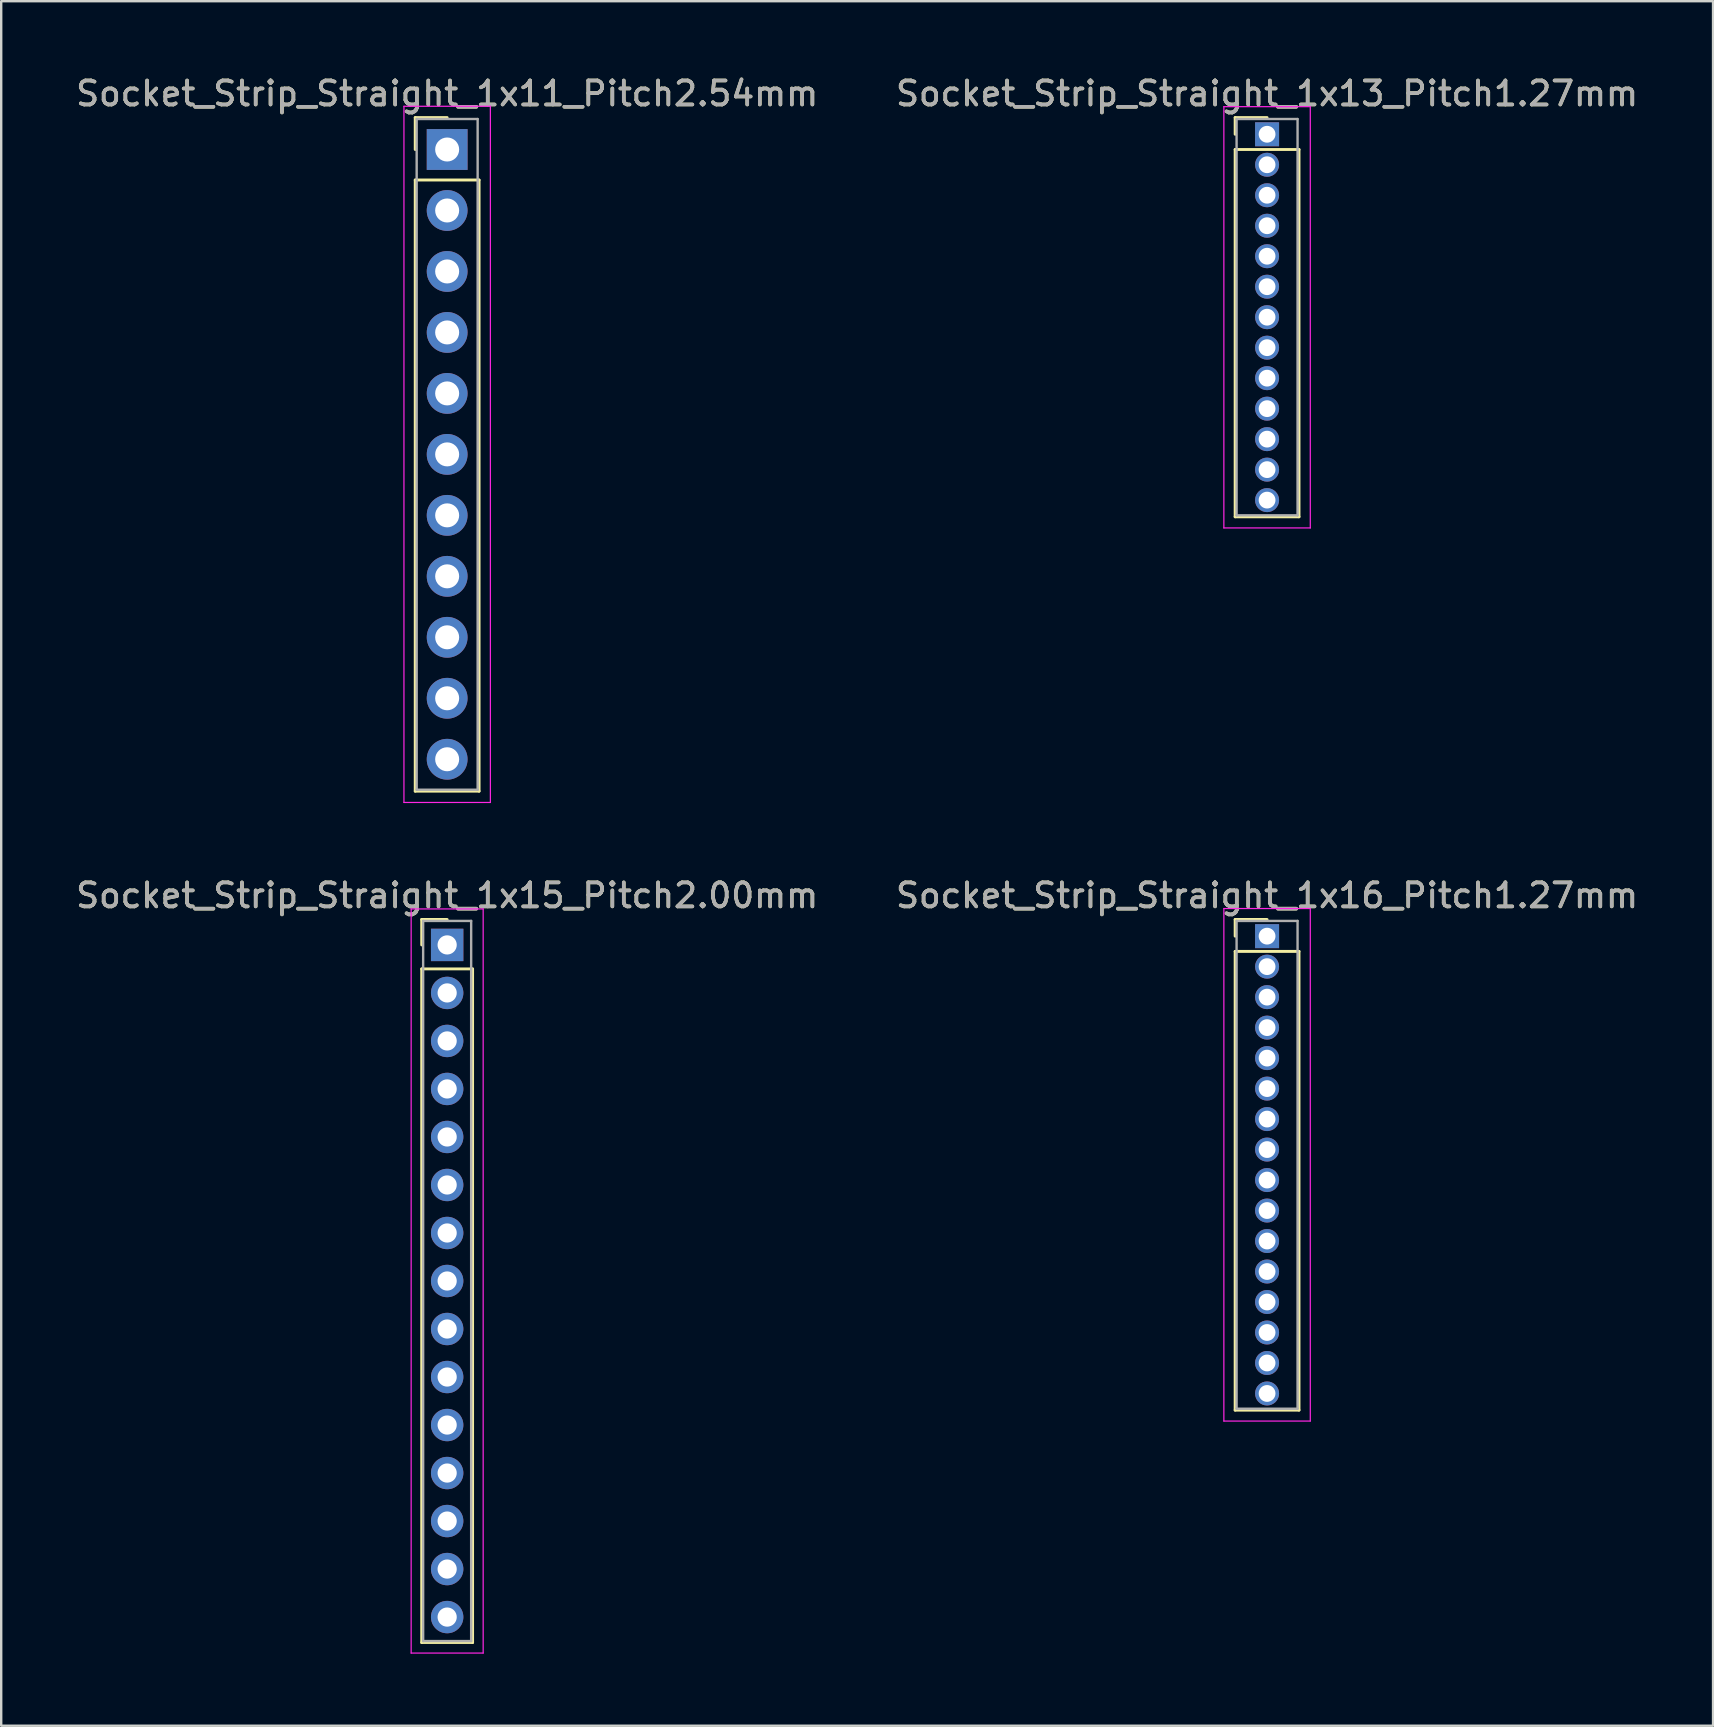
<source format=kicad_pcb>
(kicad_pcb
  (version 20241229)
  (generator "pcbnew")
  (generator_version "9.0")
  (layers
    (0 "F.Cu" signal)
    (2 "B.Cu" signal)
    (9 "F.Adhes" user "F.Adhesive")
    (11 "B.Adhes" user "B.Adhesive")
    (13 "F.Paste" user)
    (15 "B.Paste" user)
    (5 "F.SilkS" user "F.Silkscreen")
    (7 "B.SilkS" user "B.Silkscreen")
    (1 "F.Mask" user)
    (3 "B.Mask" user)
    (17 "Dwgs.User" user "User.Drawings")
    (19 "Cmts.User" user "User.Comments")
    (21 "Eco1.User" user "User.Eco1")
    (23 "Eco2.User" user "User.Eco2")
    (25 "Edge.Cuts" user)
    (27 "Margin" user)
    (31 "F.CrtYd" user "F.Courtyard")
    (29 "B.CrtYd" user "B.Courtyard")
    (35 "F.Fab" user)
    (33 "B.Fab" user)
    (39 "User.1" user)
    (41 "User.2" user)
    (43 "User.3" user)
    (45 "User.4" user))
  (footprint "Socket_Strip_Straight_1x15_Pitch2.00mm"
    (layer "F.Cu")
    (at 15.577 36.312)
    (property "Reference" "Socket_Strip_Straight_1x15_Pitch2.00mm" (at 0 -2.06 0) (layer "F.SilkS") (effects (font (size 1 1) (thickness 0.15))))
    (attr through_hole)
    (fp_line (start -1.06 -1.06) (end 0 -1.06) (stroke (width 0.12) (type solid)) (layer "F.SilkS"))
    (fp_line (start -1.06 0) (end -1.06 -1.06) (stroke (width 0.12) (type solid)) (layer "F.SilkS"))
    (fp_line (start -1.06 1) (end -1.06 29.06) (stroke (width 0.12) (type solid)) (layer "F.SilkS"))
    (fp_line (start -1.06 29.06) (end 1.06 29.06) (stroke (width 0.12) (type solid)) (layer "F.SilkS"))
    (fp_line (start 1.06 1) (end -1.06 1) (stroke (width 0.12) (type solid)) (layer "F.SilkS"))
    (fp_line (start 1.06 29.06) (end 1.06 1) (stroke (width 0.12) (type solid)) (layer "F.SilkS"))
    (fp_line (start -1.5 -1.5) (end -1.5 29.5) (stroke (width 0.05) (type solid)) (layer "F.CrtYd"))
    (fp_line (start -1.5 29.5) (end 1.5 29.5) (stroke (width 0.05) (type solid)) (layer "F.CrtYd"))
    (fp_line (start 1.5 -1.5) (end -1.5 -1.5) (stroke (width 0.05) (type solid)) (layer "F.CrtYd"))
    (fp_line (start 1.5 29.5) (end 1.5 -1.5) (stroke (width 0.05) (type solid)) (layer "F.CrtYd"))
    (fp_line (start -1 -1) (end -1 29) (stroke (width 0.1) (type solid)) (layer "F.Fab"))
    (fp_line (start -1 29) (end 1 29) (stroke (width 0.1) (type solid)) (layer "F.Fab"))
    (fp_line (start 1 -1) (end -1 -1) (stroke (width 0.1) (type solid)) (layer "F.Fab"))
    (fp_line (start 1 29) (end 1 -1) (stroke (width 0.1) (type solid)) (layer "F.Fab"))
    (fp_text user "${REFERENCE}" (at 0 -2.06 0) (layer "F.Fab") (effects (font (size 1 1) (thickness 0.15))))
    (pad "1" thru_hole rect (at 0 0) (size 1.35 1.35) (drill 0.8) (layers "*.Cu" "*.Mask"))
    (pad "2" thru_hole oval (at 0 2) (size 1.35 1.35) (drill 0.8) (layers "*.Cu" "*.Mask"))
    (pad "3" thru_hole oval (at 0 4) (size 1.35 1.35) (drill 0.8) (layers "*.Cu" "*.Mask"))
    (pad "4" thru_hole oval (at 0 6) (size 1.35 1.35) (drill 0.8) (layers "*.Cu" "*.Mask"))
    (pad "5" thru_hole oval (at 0 8) (size 1.35 1.35) (drill 0.8) (layers "*.Cu" "*.Mask"))
    (pad "6" thru_hole oval (at 0 10) (size 1.35 1.35) (drill 0.8) (layers "*.Cu" "*.Mask"))
    (pad "7" thru_hole oval (at 0 12) (size 1.35 1.35) (drill 0.8) (layers "*.Cu" "*.Mask"))
    (pad "8" thru_hole oval (at 0 14) (size 1.35 1.35) (drill 0.8) (layers "*.Cu" "*.Mask"))
    (pad "9" thru_hole oval (at 0 16) (size 1.35 1.35) (drill 0.8) (layers "*.Cu" "*.Mask"))
    (pad "10" thru_hole oval (at 0 18) (size 1.35 1.35) (drill 0.8) (layers "*.Cu" "*.Mask"))
    (pad "11" thru_hole oval (at 0 20) (size 1.35 1.35) (drill 0.8) (layers "*.Cu" "*.Mask"))
    (pad "12" thru_hole oval (at 0 22) (size 1.35 1.35) (drill 0.8) (layers "*.Cu" "*.Mask"))
    (pad "13" thru_hole oval (at 0 24) (size 1.35 1.35) (drill 0.8) (layers "*.Cu" "*.Mask"))
    (pad "14" thru_hole oval (at 0 26) (size 1.35 1.35) (drill 0.8) (layers "*.Cu" "*.Mask"))
    (pad "15" thru_hole oval (at 0 28) (size 1.35 1.35) (drill 0.8) (layers "*.Cu" "*.Mask")))
  (footprint "Socket_Strip_Straight_1x13_Pitch1.27mm"
    (layer "F.Cu")
    (at 49.732 2.543)
    (property "Reference" "Socket_Strip_Straight_1x13_Pitch1.27mm" (at 0 -1.695 0) (layer "F.SilkS") (effects (font (size 1 1) (thickness 0.15))))
    (attr through_hole)
    (fp_line (start -1.33 -0.695) (end 0 -0.695) (stroke (width 0.12) (type solid)) (layer "F.SilkS"))
    (fp_line (start -1.33 0) (end -1.33 -0.695) (stroke (width 0.12) (type solid)) (layer "F.SilkS"))
    (fp_line (start -1.33 0.635) (end -1.33 15.935) (stroke (width 0.12) (type solid)) (layer "F.SilkS"))
    (fp_line (start -1.33 15.935) (end 1.33 15.935) (stroke (width 0.12) (type solid)) (layer "F.SilkS"))
    (fp_line (start 1.33 0.635) (end -1.33 0.635) (stroke (width 0.12) (type solid)) (layer "F.SilkS"))
    (fp_line (start 1.33 15.935) (end 1.33 0.635) (stroke (width 0.12) (type solid)) (layer "F.SilkS"))
    (fp_line (start -1.8 -1.15) (end -1.8 16.4) (stroke (width 0.05) (type solid)) (layer "F.CrtYd"))
    (fp_line (start -1.8 16.4) (end 1.8 16.4) (stroke (width 0.05) (type solid)) (layer "F.CrtYd"))
    (fp_line (start 1.8 -1.15) (end -1.8 -1.15) (stroke (width 0.05) (type solid)) (layer "F.CrtYd"))
    (fp_line (start 1.8 16.4) (end 1.8 -1.15) (stroke (width 0.05) (type solid)) (layer "F.CrtYd"))
    (fp_line (start -1.27 -0.635) (end -1.27 15.875) (stroke (width 0.1) (type solid)) (layer "F.Fab"))
    (fp_line (start -1.27 15.875) (end 1.27 15.875) (stroke (width 0.1) (type solid)) (layer "F.Fab"))
    (fp_line (start 1.27 -0.635) (end -1.27 -0.635) (stroke (width 0.1) (type solid)) (layer "F.Fab"))
    (fp_line (start 1.27 15.875) (end 1.27 -0.635) (stroke (width 0.1) (type solid)) (layer "F.Fab"))
    (fp_text user "${REFERENCE}" (at 0 -1.695 0) (layer "F.Fab") (effects (font (size 1 1) (thickness 0.15))))
    (pad "1" thru_hole rect (at 0 0) (size 1 1) (drill 0.7) (layers "*.Cu" "*.Mask"))
    (pad "2" thru_hole oval (at 0 1.27) (size 1 1) (drill 0.7) (layers "*.Cu" "*.Mask"))
    (pad "3" thru_hole oval (at 0 2.54) (size 1 1) (drill 0.7) (layers "*.Cu" "*.Mask"))
    (pad "4" thru_hole oval (at 0 3.81) (size 1 1) (drill 0.7) (layers "*.Cu" "*.Mask"))
    (pad "5" thru_hole oval (at 0 5.08) (size 1 1) (drill 0.7) (layers "*.Cu" "*.Mask"))
    (pad "6" thru_hole oval (at 0 6.35) (size 1 1) (drill 0.7) (layers "*.Cu" "*.Mask"))
    (pad "7" thru_hole oval (at 0 7.62) (size 1 1) (drill 0.7) (layers "*.Cu" "*.Mask"))
    (pad "8" thru_hole oval (at 0 8.89) (size 1 1) (drill 0.7) (layers "*.Cu" "*.Mask"))
    (pad "9" thru_hole oval (at 0 10.16) (size 1 1) (drill 0.7) (layers "*.Cu" "*.Mask"))
    (pad "10" thru_hole oval (at 0 11.43) (size 1 1) (drill 0.7) (layers "*.Cu" "*.Mask"))
    (pad "11" thru_hole oval (at 0 12.7) (size 1 1) (drill 0.7) (layers "*.Cu" "*.Mask"))
    (pad "12" thru_hole oval (at 0 13.97) (size 1 1) (drill 0.7) (layers "*.Cu" "*.Mask"))
    (pad "13" thru_hole oval (at 0 15.24) (size 1 1) (drill 0.7) (layers "*.Cu" "*.Mask")))
  (footprint "Socket_Strip_Straight_1x11_Pitch2.54mm"
    (layer "F.Cu")
    (at 15.577 3.178)
    (property "Reference" "Socket_Strip_Straight_1x11_Pitch2.54mm" (at 0 -2.33 0) (layer "F.SilkS") (effects (font (size 1 1) (thickness 0.15))))
    (attr through_hole)
    (fp_line (start -1.33 -1.33) (end 0 -1.33) (stroke (width 0.12) (type solid)) (layer "F.SilkS"))
    (fp_line (start -1.33 0) (end -1.33 -1.33) (stroke (width 0.12) (type solid)) (layer "F.SilkS"))
    (fp_line (start -1.33 1.27) (end -1.33 26.73) (stroke (width 0.12) (type solid)) (layer "F.SilkS"))
    (fp_line (start -1.33 26.73) (end 1.33 26.73) (stroke (width 0.12) (type solid)) (layer "F.SilkS"))
    (fp_line (start 1.33 1.27) (end -1.33 1.27) (stroke (width 0.12) (type solid)) (layer "F.SilkS"))
    (fp_line (start 1.33 26.73) (end 1.33 1.27) (stroke (width 0.12) (type solid)) (layer "F.SilkS"))
    (fp_line (start -1.8 -1.8) (end -1.8 27.2) (stroke (width 0.05) (type solid)) (layer "F.CrtYd"))
    (fp_line (start -1.8 27.2) (end 1.8 27.2) (stroke (width 0.05) (type solid)) (layer "F.CrtYd"))
    (fp_line (start 1.8 -1.8) (end -1.8 -1.8) (stroke (width 0.05) (type solid)) (layer "F.CrtYd"))
    (fp_line (start 1.8 27.2) (end 1.8 -1.8) (stroke (width 0.05) (type solid)) (layer "F.CrtYd"))
    (fp_line (start -1.27 -1.27) (end -1.27 26.67) (stroke (width 0.1) (type solid)) (layer "F.Fab"))
    (fp_line (start -1.27 26.67) (end 1.27 26.67) (stroke (width 0.1) (type solid)) (layer "F.Fab"))
    (fp_line (start 1.27 -1.27) (end -1.27 -1.27) (stroke (width 0.1) (type solid)) (layer "F.Fab"))
    (fp_line (start 1.27 26.67) (end 1.27 -1.27) (stroke (width 0.1) (type solid)) (layer "F.Fab"))
    (fp_text user "${REFERENCE}" (at 0 -2.33 0) (layer "F.Fab") (effects (font (size 1 1) (thickness 0.15))))
    (pad "1" thru_hole rect (at 0 0) (size 1.7 1.7) (drill 1) (layers "*.Cu" "*.Mask"))
    (pad "2" thru_hole oval (at 0 2.54) (size 1.7 1.7) (drill 1) (layers "*.Cu" "*.Mask"))
    (pad "3" thru_hole oval (at 0 5.08) (size 1.7 1.7) (drill 1) (layers "*.Cu" "*.Mask"))
    (pad "4" thru_hole oval (at 0 7.62) (size 1.7 1.7) (drill 1) (layers "*.Cu" "*.Mask"))
    (pad "5" thru_hole oval (at 0 10.16) (size 1.7 1.7) (drill 1) (layers "*.Cu" "*.Mask"))
    (pad "6" thru_hole oval (at 0 12.7) (size 1.7 1.7) (drill 1) (layers "*.Cu" "*.Mask"))
    (pad "7" thru_hole oval (at 0 15.24) (size 1.7 1.7) (drill 1) (layers "*.Cu" "*.Mask"))
    (pad "8" thru_hole oval (at 0 17.78) (size 1.7 1.7) (drill 1) (layers "*.Cu" "*.Mask"))
    (pad "9" thru_hole oval (at 0 20.32) (size 1.7 1.7) (drill 1) (layers "*.Cu" "*.Mask"))
    (pad "10" thru_hole oval (at 0 22.86) (size 1.7 1.7) (drill 1) (layers "*.Cu" "*.Mask"))
    (pad "11" thru_hole oval (at 0 25.4) (size 1.7 1.7) (drill 1) (layers "*.Cu" "*.Mask")))
  (footprint "Socket_Strip_Straight_1x16_Pitch1.27mm"
    (layer "F.Cu")
    (at 49.732 35.947)
    (property "Reference" "Socket_Strip_Straight_1x16_Pitch1.27mm" (at 0 -1.695 0) (layer "F.SilkS") (effects (font (size 1 1) (thickness 0.15))))
    (attr through_hole)
    (fp_line (start -1.33 -0.695) (end 0 -0.695) (stroke (width 0.12) (type solid)) (layer "F.SilkS"))
    (fp_line (start -1.33 0) (end -1.33 -0.695) (stroke (width 0.12) (type solid)) (layer "F.SilkS"))
    (fp_line (start -1.33 0.635) (end -1.33 19.745) (stroke (width 0.12) (type solid)) (layer "F.SilkS"))
    (fp_line (start -1.33 19.745) (end 1.33 19.745) (stroke (width 0.12) (type solid)) (layer "F.SilkS"))
    (fp_line (start 1.33 0.635) (end -1.33 0.635) (stroke (width 0.12) (type solid)) (layer "F.SilkS"))
    (fp_line (start 1.33 19.745) (end 1.33 0.635) (stroke (width 0.12) (type solid)) (layer "F.SilkS"))
    (fp_line (start -1.8 -1.15) (end -1.8 20.2) (stroke (width 0.05) (type solid)) (layer "F.CrtYd"))
    (fp_line (start -1.8 20.2) (end 1.8 20.2) (stroke (width 0.05) (type solid)) (layer "F.CrtYd"))
    (fp_line (start 1.8 -1.15) (end -1.8 -1.15) (stroke (width 0.05) (type solid)) (layer "F.CrtYd"))
    (fp_line (start 1.8 20.2) (end 1.8 -1.15) (stroke (width 0.05) (type solid)) (layer "F.CrtYd"))
    (fp_line (start -1.27 -0.635) (end -1.27 19.685) (stroke (width 0.1) (type solid)) (layer "F.Fab"))
    (fp_line (start -1.27 19.685) (end 1.27 19.685) (stroke (width 0.1) (type solid)) (layer "F.Fab"))
    (fp_line (start 1.27 -0.635) (end -1.27 -0.635) (stroke (width 0.1) (type solid)) (layer "F.Fab"))
    (fp_line (start 1.27 19.685) (end 1.27 -0.635) (stroke (width 0.1) (type solid)) (layer "F.Fab"))
    (fp_text user "${REFERENCE}" (at 0 -1.695 0) (layer "F.Fab") (effects (font (size 1 1) (thickness 0.15))))
    (pad "1" thru_hole rect (at 0 0) (size 1 1) (drill 0.7) (layers "*.Cu" "*.Mask"))
    (pad "2" thru_hole oval (at 0 1.27) (size 1 1) (drill 0.7) (layers "*.Cu" "*.Mask"))
    (pad "3" thru_hole oval (at 0 2.54) (size 1 1) (drill 0.7) (layers "*.Cu" "*.Mask"))
    (pad "4" thru_hole oval (at 0 3.81) (size 1 1) (drill 0.7) (layers "*.Cu" "*.Mask"))
    (pad "5" thru_hole oval (at 0 5.08) (size 1 1) (drill 0.7) (layers "*.Cu" "*.Mask"))
    (pad "6" thru_hole oval (at 0 6.35) (size 1 1) (drill 0.7) (layers "*.Cu" "*.Mask"))
    (pad "7" thru_hole oval (at 0 7.62) (size 1 1) (drill 0.7) (layers "*.Cu" "*.Mask"))
    (pad "8" thru_hole oval (at 0 8.89) (size 1 1) (drill 0.7) (layers "*.Cu" "*.Mask"))
    (pad "9" thru_hole oval (at 0 10.16) (size 1 1) (drill 0.7) (layers "*.Cu" "*.Mask"))
    (pad "10" thru_hole oval (at 0 11.43) (size 1 1) (drill 0.7) (layers "*.Cu" "*.Mask"))
    (pad "11" thru_hole oval (at 0 12.7) (size 1 1) (drill 0.7) (layers "*.Cu" "*.Mask"))
    (pad "12" thru_hole oval (at 0 13.97) (size 1 1) (drill 0.7) (layers "*.Cu" "*.Mask"))
    (pad "13" thru_hole oval (at 0 15.24) (size 1 1) (drill 0.7) (layers "*.Cu" "*.Mask"))
    (pad "14" thru_hole oval (at 0 16.51) (size 1 1) (drill 0.7) (layers "*.Cu" "*.Mask"))
    (pad "15" thru_hole oval (at 0 17.78) (size 1 1) (drill 0.7) (layers "*.Cu" "*.Mask"))
    (pad "16" thru_hole oval (at 0 19.05) (size 1 1) (drill 0.7) (layers "*.Cu" "*.Mask")))
  (gr_rect
    (start -3 -3)
    (end 68.31 68.837)
    (stroke (width 0.1) (type default))
    (fill no)
    (layer "Edge.Cuts")))
</source>
